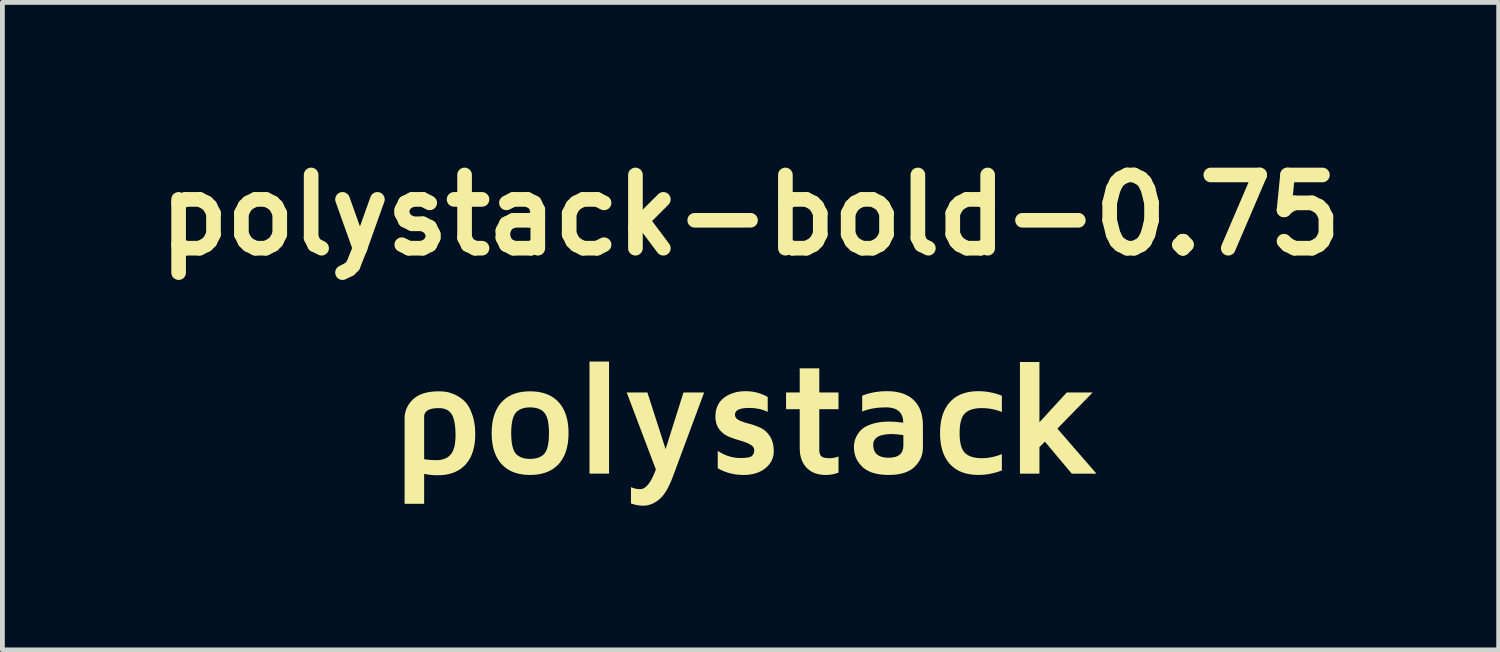
<source format=kicad_pcb>
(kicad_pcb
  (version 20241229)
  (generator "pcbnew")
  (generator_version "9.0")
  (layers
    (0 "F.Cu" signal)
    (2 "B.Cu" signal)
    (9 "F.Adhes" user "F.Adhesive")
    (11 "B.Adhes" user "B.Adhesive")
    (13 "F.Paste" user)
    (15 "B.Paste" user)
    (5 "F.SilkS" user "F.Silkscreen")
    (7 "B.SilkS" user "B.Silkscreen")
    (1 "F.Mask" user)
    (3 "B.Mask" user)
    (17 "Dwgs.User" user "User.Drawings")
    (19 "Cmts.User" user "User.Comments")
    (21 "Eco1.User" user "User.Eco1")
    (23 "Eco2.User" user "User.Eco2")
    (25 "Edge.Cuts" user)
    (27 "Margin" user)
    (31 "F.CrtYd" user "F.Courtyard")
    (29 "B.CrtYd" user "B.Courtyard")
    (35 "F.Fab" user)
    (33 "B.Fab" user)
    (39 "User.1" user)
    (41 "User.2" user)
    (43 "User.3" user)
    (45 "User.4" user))
  (footprint "polystack-bold-0.75"
    (layer "F.Cu")
    (at 12.569 5.974)
    (property "Reference" "polystack-bold-0.75" (at 0 -4.548 0) (layer "F.SilkS") (effects (font (size 1.524 1.524) (thickness 0.305))))
    (attr smd)
    (fp_poly (pts (xy -3.351 0.833) (xy -3.351 -1.5) (xy -2.944 -1.5) (xy -2.944 0.833) (xy -3.351 0.833)) (stroke (width 0) (type solid)) (fill yes) (layer "F.SilkS"))
    (fp_poly (pts (xy 5.607 0.833) (xy 5.607 -1.49) (xy 6.013 -1.49) (xy 6.013 -0.236) (xy 6.582 -0.857) (xy 7.121 -0.857) (xy 6.386 -0.104) (xy 7.199 0.833) (xy 6.685 0.833) (xy 6.126 0.167) (xy 6.013 0.281) (xy 6.013 0.833) (xy 5.607 0.833)) (stroke (width 0) (type solid)) (fill yes) (layer "F.SilkS"))
    (fp_poly (pts (xy 0.74 -0.508) (xy 0.74 -0.857) (xy 1.024 -0.857) (xy 1.024 -1.358) (xy 1.431 -1.358) (xy 1.431 -0.857) (xy 1.831 -0.857) (xy 1.831 -0.508) (xy 1.431 -0.508) (xy 1.431 0.326) (xy 1.432 0.352) (xy 1.434 0.376) (xy 1.438 0.398) (xy 1.442 0.417) (xy 1.449 0.434) (xy 1.456 0.449) (xy 1.465 0.462) (xy 1.476 0.473) (xy 1.487 0.481) (xy 1.5 0.488) (xy 1.514 0.494) (xy 1.531 0.499) (xy 1.549 0.503) (xy 1.568 0.507) (xy 1.59 0.509) (xy 1.613 0.51) (xy 1.638 0.511) (xy 1.66 0.511) (xy 1.681 0.51) (xy 1.701 0.508) (xy 1.721 0.505) (xy 1.741 0.502) (xy 1.76 0.498) (xy 1.779 0.493) (xy 1.797 0.488) (xy 1.814 0.482) (xy 1.831 0.475) (xy 1.831 0.81) (xy 1.813 0.818) (xy 1.794 0.824) (xy 1.775 0.831) (xy 1.756 0.836) (xy 1.737 0.841) (xy 1.717 0.846) (xy 1.697 0.849) (xy 1.677 0.853) (xy 1.656 0.855) (xy 1.636 0.857) (xy 1.615 0.859) (xy 1.593 0.86) (xy 1.572 0.86) (xy 1.564 0.86) (xy 1.541 0.86) (xy 1.519 0.859) (xy 1.497 0.857) (xy 1.476 0.855) (xy 1.455 0.852) (xy 1.434 0.849) (xy 1.414 0.845) (xy 1.395 0.84) (xy 1.376 0.835) (xy 1.357 0.829) (xy 1.339 0.823) (xy 1.321 0.816) (xy 1.304 0.808) (xy 1.287 0.8) (xy 1.271 0.791) (xy 1.255 0.781) (xy 1.239 0.771) (xy 1.224 0.76) (xy 1.21 0.749) (xy 1.195 0.737) (xy 1.182 0.724) (xy 1.168 0.711) (xy 1.156 0.698) (xy 1.144 0.684) (xy 1.133 0.67) (xy 1.123 0.656) (xy 1.113 0.641) (xy 1.103 0.626) (xy 1.094 0.61) (xy 1.086 0.594) (xy 1.078 0.577) (xy 1.07 0.56) (xy 1.064 0.543) (xy 1.057 0.525) (xy 1.052 0.507) (xy 1.046 0.488) (xy 1.042 0.469) (xy 1.038 0.45) (xy 1.034 0.43) (xy 1.031 0.409) (xy 1.029 0.388) (xy 1.027 0.367) (xy 1.026 0.346) (xy 1.025 0.323) (xy 1.024 0.301) (xy 1.024 -0.508) (xy 0.74 -0.508)) (stroke (width 0) (type solid)) (fill yes) (layer "F.SilkS"))
    (fp_poly (pts (xy -2.577 -0.857) (xy -2.146 -0.857) (xy -1.767 0.322) (xy -1.395 -0.857) (xy -0.965 -0.857) (xy -1.608 0.875) (xy -1.618 0.9) (xy -1.627 0.924) (xy -1.636 0.948) (xy -1.646 0.972) (xy -1.656 0.995) (xy -1.665 1.017) (xy -1.675 1.039) (xy -1.685 1.06) (xy -1.695 1.08) (xy -1.704 1.1) (xy -1.714 1.12) (xy -1.724 1.139) (xy -1.734 1.157) (xy -1.744 1.175) (xy -1.755 1.192) (xy -1.765 1.208) (xy -1.775 1.224) (xy -1.785 1.24) (xy -1.796 1.254) (xy -1.806 1.269) (xy -1.817 1.282) (xy -1.827 1.295) (xy -1.838 1.308) (xy -1.848 1.32) (xy -1.859 1.331) (xy -1.87 1.342) (xy -1.881 1.352) (xy -1.892 1.362) (xy -1.903 1.371) (xy -1.92 1.385) (xy -1.938 1.398) (xy -1.956 1.41) (xy -1.974 1.422) (xy -1.992 1.433) (xy -2.01 1.443) (xy -2.028 1.452) (xy -2.046 1.46) (xy -2.064 1.468) (xy -2.082 1.474) (xy -2.101 1.48) (xy -2.119 1.486) (xy -2.138 1.49) (xy -2.156 1.493) (xy -2.175 1.496) (xy -2.194 1.498) (xy -2.213 1.499) (xy -2.232 1.5) (xy -2.251 1.5) (xy -2.27 1.499) (xy -2.29 1.497) (xy -2.309 1.495) (xy -2.329 1.493) (xy -2.349 1.49) (xy -2.368 1.486) (xy -2.388 1.482) (xy -2.408 1.478) (xy -2.428 1.472) (xy -2.448 1.467) (xy -2.468 1.46) (xy -2.488 1.454) (xy -2.488 1.115) (xy -2.468 1.122) (xy -2.449 1.129) (xy -2.43 1.136) (xy -2.41 1.141) (xy -2.391 1.146) (xy -2.372 1.149) (xy -2.353 1.152) (xy -2.334 1.154) (xy -2.315 1.155) (xy -2.296 1.156) (xy -2.284 1.155) (xy -2.272 1.154) (xy -2.26 1.151) (xy -2.248 1.148) (xy -2.236 1.144) (xy -2.225 1.138) (xy -2.213 1.132) (xy -2.201 1.125) (xy -2.19 1.116) (xy -2.178 1.107) (xy -2.167 1.097) (xy -2.155 1.086) (xy -2.144 1.073) (xy -2.133 1.06) (xy -2.121 1.046) (xy -2.11 1.031) (xy -2.099 1.015) (xy -2.088 0.998) (xy -2.077 0.98) (xy -2.066 0.961) (xy -2.055 0.941) (xy -2.044 0.92) (xy -2.034 0.898) (xy -2.023 0.875) (xy -2.012 0.851) (xy -2.002 0.826) (xy -1.991 0.8) (xy -1.981 0.774) (xy -1.97 0.746) (xy -2.577 -0.857)) (stroke (width 0) (type solid)) (fill yes) (layer "F.SilkS"))
    (fp_poly (pts (xy 3.945 -0.01) (xy 3.945 -0.034) (xy 3.945 -0.058) (xy 3.946 -0.081) (xy 3.947 -0.104) (xy 3.949 -0.127) (xy 3.951 -0.149) (xy 3.953 -0.171) (xy 3.956 -0.193) (xy 3.958 -0.215) (xy 3.962 -0.236) (xy 3.965 -0.256) (xy 3.969 -0.277) (xy 3.973 -0.297) (xy 3.978 -0.317) (xy 3.983 -0.336) (xy 3.988 -0.356) (xy 3.994 -0.374) (xy 3.999 -0.393) (xy 4.006 -0.411) (xy 4.012 -0.429) (xy 4.019 -0.446) (xy 4.026 -0.464) (xy 4.034 -0.481) (xy 4.042 -0.497) (xy 4.05 -0.513) (xy 4.059 -0.529) (xy 4.068 -0.545) (xy 4.077 -0.56) (xy 4.087 -0.575) (xy 4.097 -0.59) (xy 4.107 -0.604) (xy 4.118 -0.618) (xy 4.129 -0.632) (xy 4.14 -0.645) (xy 4.151 -0.658) (xy 4.164 -0.672) (xy 4.177 -0.685) (xy 4.191 -0.697) (xy 4.204 -0.709) (xy 4.218 -0.721) (xy 4.233 -0.733) (xy 4.247 -0.743) (xy 4.262 -0.754) (xy 4.278 -0.764) (xy 4.293 -0.774) (xy 4.309 -0.783) (xy 4.325 -0.792) (xy 4.342 -0.8) (xy 4.359 -0.808) (xy 4.376 -0.816) (xy 4.394 -0.823) (xy 4.412 -0.83) (xy 4.43 -0.837) (xy 4.449 -0.843) (xy 4.468 -0.848) (xy 4.487 -0.853) (xy 4.506 -0.858) (xy 4.526 -0.862) (xy 4.547 -0.866) (xy 4.567 -0.87) (xy 4.588 -0.873) (xy 4.609 -0.876) (xy 4.631 -0.878) (xy 4.653 -0.88) (xy 4.675 -0.881) (xy 4.697 -0.882) (xy 4.72 -0.883) (xy 4.743 -0.883) (xy 4.764 -0.883) (xy 4.785 -0.882) (xy 4.805 -0.882) (xy 4.826 -0.88) (xy 4.846 -0.879) (xy 4.867 -0.877) (xy 4.887 -0.875) (xy 4.908 -0.873) (xy 4.928 -0.87) (xy 4.949 -0.867) (xy 4.969 -0.863) (xy 4.989 -0.859) (xy 5.01 -0.855) (xy 5.03 -0.851) (xy 5.05 -0.846) (xy 5.071 -0.841) (xy 5.091 -0.836) (xy 5.111 -0.83) (xy 5.131 -0.824) (xy 5.151 -0.818) (xy 5.171 -0.811) (xy 5.191 -0.804) (xy 5.211 -0.796) (xy 5.231 -0.789) (xy 5.231 -0.45) (xy 5.212 -0.457) (xy 5.193 -0.465) (xy 5.174 -0.471) (xy 5.154 -0.478) (xy 5.135 -0.484) (xy 5.115 -0.489) (xy 5.096 -0.495) (xy 5.076 -0.5) (xy 5.056 -0.504) (xy 5.036 -0.509) (xy 5.016 -0.512) (xy 4.996 -0.516) (xy 4.976 -0.519) (xy 4.956 -0.522) (xy 4.935 -0.524) (xy 4.915 -0.526) (xy 4.894 -0.528) (xy 4.874 -0.529) (xy 4.853 -0.53) (xy 4.832 -0.531) (xy 4.811 -0.531) (xy 4.787 -0.531) (xy 4.764 -0.53) (xy 4.741 -0.528) (xy 4.718 -0.526) (xy 4.697 -0.523) (xy 4.676 -0.52) (xy 4.656 -0.516) (xy 4.636 -0.512) (xy 4.617 -0.507) (xy 4.599 -0.501) (xy 4.581 -0.495) (xy 4.564 -0.488) (xy 4.548 -0.481) (xy 4.532 -0.472) (xy 4.517 -0.464) (xy 4.503 -0.455) (xy 4.489 -0.445) (xy 4.476 -0.434) (xy 4.464 -0.423) (xy 4.454 -0.413) (xy 4.445 -0.402) (xy 4.435 -0.391) (xy 4.427 -0.378) (xy 4.419 -0.365) (xy 4.411 -0.351) (xy 4.404 -0.336) (xy 4.397 -0.32) (xy 4.391 -0.303) (xy 4.385 -0.285) (xy 4.38 -0.267) (xy 4.375 -0.248) (xy 4.37 -0.228) (xy 4.366 -0.207) (xy 4.363 -0.185) (xy 4.36 -0.163) (xy 4.357 -0.139) (xy 4.355 -0.115) (xy 4.354 -0.09) (xy 4.352 -0.064) (xy 4.352 -0.037) (xy 4.352 -0.01) (xy 4.352 0.017) (xy 4.352 0.044) (xy 4.354 0.069) (xy 4.355 0.094) (xy 4.357 0.118) (xy 4.36 0.142) (xy 4.363 0.164) (xy 4.366 0.186) (xy 4.37 0.206) (xy 4.375 0.226) (xy 4.38 0.246) (xy 4.385 0.264) (xy 4.391 0.282) (xy 4.397 0.298) (xy 4.404 0.314) (xy 4.411 0.329) (xy 4.419 0.344) (xy 4.427 0.357) (xy 4.435 0.37) (xy 4.445 0.382) (xy 4.454 0.393) (xy 4.464 0.403) (xy 4.476 0.414) (xy 4.489 0.425) (xy 4.503 0.435) (xy 4.517 0.444) (xy 4.532 0.453) (xy 4.548 0.461) (xy 4.564 0.468) (xy 4.581 0.475) (xy 4.599 0.481) (xy 4.617 0.487) (xy 4.636 0.492) (xy 4.656 0.496) (xy 4.676 0.5) (xy 4.697 0.504) (xy 4.718 0.506) (xy 4.741 0.508) (xy 4.764 0.51) (xy 4.787 0.511) (xy 4.811 0.511) (xy 4.831 0.511) (xy 4.851 0.51) (xy 4.871 0.509) (xy 4.891 0.508) (xy 4.911 0.506) (xy 4.931 0.504) (xy 4.951 0.502) (xy 4.971 0.499) (xy 4.991 0.495) (xy 5.011 0.492) (xy 5.031 0.488) (xy 5.051 0.483) (xy 5.071 0.479) (xy 5.091 0.473) (xy 5.111 0.468) (xy 5.131 0.462) (xy 5.151 0.456) (xy 5.171 0.449) (xy 5.191 0.442) (xy 5.211 0.434) (xy 5.231 0.427) (xy 5.231 0.766) (xy 5.211 0.773) (xy 5.191 0.781) (xy 5.171 0.788) (xy 5.151 0.794) (xy 5.131 0.801) (xy 5.111 0.807) (xy 5.091 0.813) (xy 5.071 0.818) (xy 5.05 0.823) (xy 5.03 0.828) (xy 5.01 0.832) (xy 4.989 0.836) (xy 4.969 0.84) (xy 4.949 0.844) (xy 4.928 0.847) (xy 4.908 0.849) (xy 4.887 0.852) (xy 4.867 0.854) (xy 4.846 0.856) (xy 4.826 0.857) (xy 4.805 0.858) (xy 4.785 0.859) (xy 4.764 0.86) (xy 4.743 0.86) (xy 4.72 0.86) (xy 4.697 0.859) (xy 4.675 0.858) (xy 4.653 0.857) (xy 4.631 0.855) (xy 4.609 0.852) (xy 4.588 0.85) (xy 4.567 0.847) (xy 4.547 0.843) (xy 4.526 0.839) (xy 4.506 0.835) (xy 4.487 0.83) (xy 4.468 0.825) (xy 4.449 0.819) (xy 4.43 0.813) (xy 4.412 0.807) (xy 4.394 0.8) (xy 4.376 0.793) (xy 4.359 0.785) (xy 4.342 0.777) (xy 4.325 0.769) (xy 4.309 0.76) (xy 4.293 0.751) (xy 4.278 0.741) (xy 4.262 0.731) (xy 4.247 0.72) (xy 4.233 0.709) (xy 4.218 0.698) (xy 4.204 0.686) (xy 4.191 0.674) (xy 4.177 0.661) (xy 4.164 0.648) (xy 4.151 0.635) (xy 4.14 0.622) (xy 4.129 0.609) (xy 4.118 0.595) (xy 4.107 0.581) (xy 4.097 0.567) (xy 4.087 0.552) (xy 4.077 0.537) (xy 4.068 0.522) (xy 4.059 0.506) (xy 4.05 0.491) (xy 4.042 0.474) (xy 4.034 0.458) (xy 4.026 0.441) (xy 4.019 0.424) (xy 4.012 0.406) (xy 4.006 0.389) (xy 3.999 0.37) (xy 3.994 0.352) (xy 3.988 0.333) (xy 3.983 0.314) (xy 3.978 0.295) (xy 3.973 0.275) (xy 3.969 0.255) (xy 3.965 0.235) (xy 3.962 0.214) (xy 3.958 0.193) (xy 3.956 0.172) (xy 3.953 0.15) (xy 3.951 0.128) (xy 3.949 0.106) (xy 3.947 0.084) (xy 3.946 0.061) (xy 3.945 0.037) (xy 3.945 0.014) (xy 3.945 -0.01)) (stroke (width 0) (type solid)) (fill yes) (layer "F.SilkS"))
    (fp_poly (pts (xy -7.199 1.46) (xy -6.769 0.536) (xy -6.746 0.539) (xy -6.724 0.541) (xy -6.702 0.544) (xy -6.681 0.546) (xy -6.66 0.547) (xy -6.639 0.549) (xy -6.619 0.55) (xy -6.599 0.551) (xy -6.58 0.552) (xy -6.561 0.552) (xy -6.543 0.552) (xy -6.52 0.552) (xy -6.498 0.551) (xy -6.476 0.549) (xy -6.455 0.546) (xy -6.435 0.543) (xy -6.415 0.538) (xy -6.397 0.533) (xy -6.378 0.527) (xy -6.361 0.52) (xy -6.344 0.513) (xy -6.327 0.505) (xy -6.312 0.496) (xy -6.297 0.486) (xy -6.282 0.475) (xy -6.269 0.464) (xy -6.256 0.451) (xy -6.243 0.438) (xy -6.234 0.427) (xy -6.225 0.416) (xy -6.217 0.403) (xy -6.209 0.39) (xy -6.201 0.377) (xy -6.194 0.362) (xy -6.188 0.347) (xy -6.181 0.331) (xy -6.176 0.314) (xy -6.17 0.297) (xy -6.165 0.279) (xy -6.161 0.26) (xy -6.157 0.24) (xy -6.153 0.22) (xy -6.15 0.199) (xy -6.147 0.177) (xy -6.145 0.155) (xy -6.143 0.132) (xy -6.141 0.108) (xy -6.14 0.083) (xy -6.139 0.058) (xy -6.139 0.032) (xy -6.139 0.005) (xy -6.14 -0.021) (xy -6.141 -0.047) (xy -6.142 -0.071) (xy -6.143 -0.095) (xy -6.145 -0.119) (xy -6.147 -0.141) (xy -6.149 -0.163) (xy -6.152 -0.184) (xy -6.155 -0.205) (xy -6.159 -0.225) (xy -6.162 -0.244) (xy -6.166 -0.263) (xy -6.171 -0.28) (xy -6.175 -0.297) (xy -6.18 -0.314) (xy -6.186 -0.33) (xy -6.191 -0.345) (xy -6.197 -0.359) (xy -6.203 -0.373) (xy -6.21 -0.386) (xy -6.217 -0.398) (xy -6.226 -0.414) (xy -6.237 -0.428) (xy -6.248 -0.441) (xy -6.26 -0.453) (xy -6.273 -0.465) (xy -6.286 -0.475) (xy -6.301 -0.485) (xy -6.316 -0.494) (xy -6.332 -0.501) (xy -6.348 -0.508) (xy -6.366 -0.514) (xy -6.384 -0.519) (xy -6.403 -0.523) (xy -6.423 -0.527) (xy -6.444 -0.529) (xy -6.466 -0.53) (xy -6.488 -0.531) (xy -6.514 -0.53) (xy -6.539 -0.529) (xy -6.562 -0.528) (xy -6.585 -0.525) (xy -6.606 -0.522) (xy -6.626 -0.518) (xy -6.645 -0.514) (xy -6.663 -0.509) (xy -6.68 -0.503) (xy -6.695 -0.496) (xy -6.71 -0.489) (xy -6.723 -0.481) (xy -6.735 -0.473) (xy -6.746 -0.463) (xy -6.756 -0.453) (xy -6.764 -0.443) (xy -6.772 -0.431) (xy -6.778 -0.419) (xy -6.783 -0.407) (xy -6.787 -0.393) (xy -6.79 -0.379) (xy -6.792 -0.364) (xy -6.792 -0.349) (xy -6.792 0.533) (xy -6.792 0.533) (xy -6.769 0.536) (xy -7.199 1.46) (xy -7.199 -0.311) (xy -7.199 -0.331) (xy -7.198 -0.351) (xy -7.196 -0.371) (xy -7.194 -0.39) (xy -7.191 -0.409) (xy -7.187 -0.428) (xy -7.183 -0.447) (xy -7.178 -0.465) (xy -7.173 -0.483) (xy -7.166 -0.501) (xy -7.159 -0.519) (xy -7.152 -0.536) (xy -7.144 -0.553) (xy -7.135 -0.57) (xy -7.125 -0.587) (xy -7.115 -0.603) (xy -7.104 -0.619) (xy -7.093 -0.635) (xy -7.081 -0.651) (xy -7.068 -0.666) (xy -7.054 -0.682) (xy -7.04 -0.696) (xy -7.026 -0.711) (xy -7.013 -0.723) (xy -7 -0.734) (xy -6.987 -0.744) (xy -6.974 -0.754) (xy -6.96 -0.764) (xy -6.945 -0.774) (xy -6.93 -0.783) (xy -6.915 -0.791) (xy -6.899 -0.8) (xy -6.882 -0.807) (xy -6.866 -0.815) (xy -6.848 -0.822) (xy -6.831 -0.828) (xy -6.813 -0.835) (xy -6.794 -0.84) (xy -6.775 -0.846) (xy -6.756 -0.851) (xy -6.736 -0.855) (xy -6.716 -0.86) (xy -6.695 -0.864) (xy -6.674 -0.867) (xy -6.652 -0.87) (xy -6.63 -0.873) (xy -6.607 -0.875) (xy -6.584 -0.877) (xy -6.561 -0.878) (xy -6.537 -0.879) (xy -6.513 -0.88) (xy -6.488 -0.88) (xy -6.467 -0.88) (xy -6.446 -0.879) (xy -6.425 -0.878) (xy -6.404 -0.876) (xy -6.383 -0.875) (xy -6.363 -0.872) (xy -6.342 -0.87) (xy -6.321 -0.866) (xy -6.304 -0.863) (xy -6.286 -0.859) (xy -6.268 -0.855) (xy -6.249 -0.849) (xy -6.23 -0.842) (xy -6.21 -0.835) (xy -6.189 -0.827) (xy -6.168 -0.818) (xy -6.146 -0.808) (xy -6.124 -0.797) (xy -6.105 -0.787) (xy -6.087 -0.777) (xy -6.069 -0.767) (xy -6.052 -0.756) (xy -6.035 -0.744) (xy -6.018 -0.732) (xy -6.002 -0.72) (xy -5.987 -0.707) (xy -5.972 -0.694) (xy -5.957 -0.68) (xy -5.943 -0.666) (xy -5.929 -0.651) (xy -5.918 -0.639) (xy -5.908 -0.626) (xy -5.898 -0.612) (xy -5.887 -0.598) (xy -5.878 -0.583) (xy -5.868 -0.567) (xy -5.858 -0.55) (xy -5.849 -0.532) (xy -5.84 -0.514) (xy -5.831 -0.495) (xy -5.822 -0.475) (xy -5.813 -0.455) (xy -5.805 -0.433) (xy -5.797 -0.411) (xy -5.789 -0.389) (xy -5.783 -0.371) (xy -5.777 -0.354) (xy -5.772 -0.336) (xy -5.767 -0.318) (xy -5.763 -0.299) (xy -5.758 -0.28) (xy -5.754 -0.261) (xy -5.75 -0.242) (xy -5.747 -0.223) (xy -5.744 -0.203) (xy -5.741 -0.183) (xy -5.739 -0.163) (xy -5.736 -0.142) (xy -5.734 -0.121) (xy -5.733 -0.1) (xy -5.731 -0.078) (xy -5.73 -0.057) (xy -5.73 -0.035) (xy -5.729 -0.013) (xy -5.729 0.01) (xy -5.729 0.034) (xy -5.73 0.058) (xy -5.731 0.081) (xy -5.732 0.105) (xy -5.733 0.127) (xy -5.735 0.15) (xy -5.738 0.172) (xy -5.74 0.194) (xy -5.743 0.215) (xy -5.747 0.237) (xy -5.75 0.257) (xy -5.754 0.278) (xy -5.759 0.298) (xy -5.764 0.318) (xy -5.769 0.337) (xy -5.774 0.357) (xy -5.78 0.375) (xy -5.786 0.394) (xy -5.793 0.412) (xy -5.799 0.43) (xy -5.807 0.448) (xy -5.814 0.465) (xy -5.822 0.482) (xy -5.83 0.498) (xy -5.839 0.514) (xy -5.848 0.53) (xy -5.857 0.546) (xy -5.867 0.561) (xy -5.877 0.576) (xy -5.887 0.59) (xy -5.898 0.604) (xy -5.909 0.618) (xy -5.921 0.632) (xy -5.932 0.645) (xy -5.945 0.658) (xy -5.958 0.671) (xy -5.971 0.683) (xy -5.984 0.695) (xy -5.998 0.707) (xy -6.012 0.718) (xy -6.027 0.729) (xy -6.041 0.739) (xy -6.056 0.749) (xy -6.072 0.759) (xy -6.088 0.768) (xy -6.104 0.777) (xy -6.12 0.785) (xy -6.137 0.793) (xy -6.154 0.801) (xy -6.171 0.808) (xy -6.189 0.815) (xy -6.206 0.821) (xy -6.225 0.827) (xy -6.243 0.832) (xy -6.262 0.837) (xy -6.282 0.842) (xy -6.301 0.846) (xy -6.321 0.85) (xy -6.341 0.854) (xy -6.362 0.857) (xy -6.383 0.859) (xy -6.404 0.862) (xy -6.425 0.863) (xy -6.447 0.865) (xy -6.469 0.866) (xy -6.492 0.866) (xy -6.515 0.867) (xy -6.535 0.866) (xy -6.555 0.866) (xy -6.575 0.865) (xy -6.595 0.864) (xy -6.615 0.863) (xy -6.635 0.861) (xy -6.655 0.859) (xy -6.675 0.857) (xy -6.695 0.854) (xy -6.714 0.851) (xy -6.734 0.848) (xy -6.753 0.845) (xy -6.773 0.841) (xy -6.792 0.837) (xy -6.792 1.46) (xy -7.199 1.46) (xy -7.199 1.46)) (stroke (width 0) (type solid)) (fill yes) (layer "F.SilkS"))
    (fp_poly (pts (xy -0.73 -0.356) (xy -0.73 -0.377) (xy -0.729 -0.399) (xy -0.727 -0.42) (xy -0.725 -0.441) (xy -0.722 -0.461) (xy -0.718 -0.48) (xy -0.714 -0.5) (xy -0.708 -0.518) (xy -0.703 -0.537) (xy -0.696 -0.554) (xy -0.689 -0.572) (xy -0.681 -0.589) (xy -0.673 -0.605) (xy -0.664 -0.621) (xy -0.654 -0.637) (xy -0.644 -0.652) (xy -0.633 -0.667) (xy -0.621 -0.681) (xy -0.608 -0.695) (xy -0.595 -0.708) (xy -0.581 -0.721) (xy -0.567 -0.734) (xy -0.551 -0.746) (xy -0.536 -0.757) (xy -0.521 -0.768) (xy -0.505 -0.778) (xy -0.489 -0.788) (xy -0.473 -0.797) (xy -0.456 -0.806) (xy -0.439 -0.814) (xy -0.422 -0.822) (xy -0.404 -0.829) (xy -0.386 -0.836) (xy -0.368 -0.843) (xy -0.349 -0.849) (xy -0.331 -0.854) (xy -0.311 -0.859) (xy -0.292 -0.864) (xy -0.272 -0.868) (xy -0.252 -0.871) (xy -0.232 -0.874) (xy -0.211 -0.877) (xy -0.19 -0.879) (xy -0.169 -0.881) (xy -0.147 -0.882) (xy -0.126 -0.883) (xy -0.103 -0.883) (xy -0.082 -0.883) (xy -0.062 -0.882) (xy -0.041 -0.881) (xy -0.021 -0.88) (xy -0.000416 -0.878) (xy 0.02 -0.876) (xy 0.04 -0.873) (xy 0.06 -0.87) (xy 0.079 -0.866) (xy 0.099 -0.862) (xy 0.118 -0.858) (xy 0.138 -0.853) (xy 0.157 -0.848) (xy 0.176 -0.842) (xy 0.195 -0.836) (xy 0.213 -0.829) (xy 0.232 -0.822) (xy 0.25 -0.815) (xy 0.269 -0.807) (xy 0.287 -0.799) (xy 0.305 -0.791) (xy 0.323 -0.782) (xy 0.34 -0.772) (xy 0.358 -0.762) (xy 0.358 -0.453) (xy 0.341 -0.461) (xy 0.323 -0.468) (xy 0.305 -0.476) (xy 0.287 -0.482) (xy 0.269 -0.489) (xy 0.251 -0.494) (xy 0.232 -0.5) (xy 0.213 -0.505) (xy 0.194 -0.51) (xy 0.174 -0.514) (xy 0.155 -0.518) (xy 0.135 -0.521) (xy 0.115 -0.524) (xy 0.095 -0.527) (xy 0.074 -0.529) (xy 0.053 -0.531) (xy 0.032 -0.532) (xy 0.011 -0.533) (xy -0.011 -0.534) (xy -0.032 -0.534) (xy -0.059 -0.534) (xy -0.085 -0.533) (xy -0.109 -0.531) (xy -0.133 -0.529) (xy -0.154 -0.526) (xy -0.175 -0.523) (xy -0.194 -0.518) (xy -0.212 -0.513) (xy -0.228 -0.508) (xy -0.243 -0.502) (xy -0.257 -0.495) (xy -0.27 -0.488) (xy -0.281 -0.48) (xy -0.291 -0.471) (xy -0.3 -0.462) (xy -0.307 -0.452) (xy -0.313 -0.441) (xy -0.317 -0.43) (xy -0.321 -0.418) (xy -0.323 -0.405) (xy -0.323 -0.392) (xy -0.322 -0.375) (xy -0.318 -0.358) (xy -0.312 -0.343) (xy -0.303 -0.328) (xy -0.291 -0.315) (xy -0.277 -0.302) (xy -0.26 -0.29) (xy -0.241 -0.279) (xy -0.225 -0.272) (xy -0.209 -0.265) (xy -0.193 -0.258) (xy -0.176 -0.252) (xy -0.158 -0.245) (xy -0.14 -0.239) (xy -0.121 -0.232) (xy -0.101 -0.226) (xy -0.081 -0.22) (xy -0.06 -0.214) (xy -0.039 -0.208) (xy -0.019 -0.203) (xy 0.001 -0.198) (xy 0.021 -0.192) (xy 0.04 -0.186) (xy 0.06 -0.18) (xy 0.08 -0.173) (xy 0.099 -0.166) (xy 0.119 -0.158) (xy 0.139 -0.151) (xy 0.158 -0.143) (xy 0.178 -0.134) (xy 0.198 -0.126) (xy 0.214 -0.118) (xy 0.231 -0.11) (xy 0.247 -0.1) (xy 0.263 -0.09) (xy 0.278 -0.08) (xy 0.293 -0.068) (xy 0.308 -0.056) (xy 0.322 -0.043) (xy 0.336 -0.03) (xy 0.349 -0.015) (xy 0.362 -0.000218) (xy 0.375 0.016) (xy 0.387 0.032) (xy 0.399 0.05) (xy 0.409 0.064) (xy 0.418 0.08) (xy 0.426 0.095) (xy 0.434 0.112) (xy 0.442 0.128) (xy 0.448 0.146) (xy 0.455 0.163) (xy 0.46 0.181) (xy 0.465 0.2) (xy 0.469 0.219) (xy 0.473 0.238) (xy 0.476 0.258) (xy 0.479 0.279) (xy 0.481 0.3) (xy 0.483 0.321) (xy 0.483 0.343) (xy 0.484 0.365) (xy 0.483 0.386) (xy 0.482 0.405) (xy 0.48 0.425) (xy 0.477 0.444) (xy 0.474 0.463) (xy 0.47 0.481) (xy 0.464 0.5) (xy 0.458 0.517) (xy 0.452 0.535) (xy 0.444 0.552) (xy 0.436 0.569) (xy 0.427 0.585) (xy 0.417 0.602) (xy 0.407 0.618) (xy 0.395 0.633) (xy 0.383 0.648) (xy 0.37 0.663) (xy 0.356 0.678) (xy 0.342 0.692) (xy 0.326 0.706) (xy 0.31 0.719) (xy 0.296 0.731) (xy 0.281 0.742) (xy 0.265 0.752) (xy 0.25 0.762) (xy 0.234 0.772) (xy 0.217 0.781) (xy 0.2 0.789) (xy 0.183 0.797) (xy 0.165 0.805) (xy 0.147 0.812) (xy 0.129 0.819) (xy 0.11 0.825) (xy 0.091 0.83) (xy 0.071 0.835) (xy 0.051 0.84) (xy 0.031 0.844) (xy 0.01 0.848) (xy -0.011 0.851) (xy -0.033 0.854) (xy -0.055 0.856) (xy -0.077 0.858) (xy -0.1 0.859) (xy -0.123 0.86) (xy -0.146 0.86) (xy -0.167 0.86) (xy -0.188 0.859) (xy -0.208 0.858) (xy -0.229 0.857) (xy -0.249 0.855) (xy -0.269 0.854) (xy -0.289 0.851) (xy -0.309 0.849) (xy -0.329 0.846) (xy -0.348 0.842) (xy -0.368 0.838) (xy -0.387 0.834) (xy -0.407 0.83) (xy -0.426 0.825) (xy -0.445 0.82) (xy -0.464 0.815) (xy -0.483 0.809) (xy -0.501 0.802) (xy -0.52 0.796) (xy -0.538 0.789) (xy -0.557 0.782) (xy -0.575 0.774) (xy -0.593 0.766) (xy -0.611 0.758) (xy -0.629 0.749) (xy -0.647 0.74) (xy -0.665 0.731) (xy -0.682 0.721) (xy -0.682 0.359) (xy -0.664 0.371) (xy -0.646 0.382) (xy -0.628 0.392) (xy -0.61 0.403) (xy -0.592 0.412) (xy -0.573 0.422) (xy -0.555 0.431) (xy -0.536 0.439) (xy -0.517 0.447) (xy -0.499 0.454) (xy -0.48 0.461) (xy -0.461 0.467) (xy -0.441 0.473) (xy -0.422 0.479) (xy -0.403 0.484) (xy -0.384 0.488) (xy -0.364 0.492) (xy -0.344 0.496) (xy -0.325 0.499) (xy -0.305 0.502) (xy -0.285 0.504) (xy -0.265 0.506) (xy -0.245 0.507) (xy -0.225 0.507) (xy -0.204 0.508) (xy -0.176 0.507) (xy -0.149 0.507) (xy -0.124 0.505) (xy -0.101 0.503) (xy -0.079 0.501) (xy -0.06 0.498) (xy -0.041 0.494) (xy -0.025 0.49) (xy -0.01 0.485) (xy 0.003 0.48) (xy 0.014 0.474) (xy 0.024 0.468) (xy 0.036 0.457) (xy 0.047 0.445) (xy 0.056 0.431) (xy 0.064 0.417) (xy 0.069 0.401) (xy 0.074 0.384) (xy 0.076 0.365) (xy 0.077 0.346) (xy 0.076 0.329) (xy 0.073 0.314) (xy 0.068 0.299) (xy 0.06 0.285) (xy 0.051 0.272) (xy 0.039 0.26) (xy 0.026 0.248) (xy 0.01 0.237) (xy -0.007 0.227) (xy -0.023 0.218) (xy -0.039 0.21) (xy -0.055 0.202) (xy -0.072 0.195) (xy -0.09 0.187) (xy -0.108 0.18) (xy -0.127 0.173) (xy -0.147 0.166) (xy -0.167 0.16) (xy -0.188 0.153) (xy -0.209 0.147) (xy -0.229 0.141) (xy -0.248 0.135) (xy -0.268 0.129) (xy -0.288 0.123) (xy -0.307 0.116) (xy -0.327 0.11) (xy -0.347 0.103) (xy -0.366 0.096) (xy -0.386 0.089) (xy -0.406 0.081) (xy -0.426 0.074) (xy -0.446 0.066) (xy -0.464 0.059) (xy -0.481 0.05) (xy -0.498 0.042) (xy -0.515 0.032) (xy -0.531 0.022) (xy -0.547 0.011) (xy -0.563 -0.001) (xy -0.578 -0.013) (xy -0.592 -0.027) (xy -0.607 -0.04) (xy -0.621 -0.055) (xy -0.634 -0.07) (xy -0.647 -0.086) (xy -0.658 -0.101) (xy -0.668 -0.116) (xy -0.677 -0.131) (xy -0.686 -0.147) (xy -0.693 -0.164) (xy -0.7 -0.181) (xy -0.707 -0.198) (xy -0.712 -0.216) (xy -0.717 -0.235) (xy -0.721 -0.254) (xy -0.724 -0.273) (xy -0.727 -0.293) (xy -0.729 -0.313) (xy -0.73 -0.334) (xy -0.73 -0.356)) (stroke (width 0) (type solid)) (fill yes) (layer "F.SilkS"))
    (fp_poly (pts (xy 2.152 0.281) (xy 2.554 0.23) (xy 2.554 0.249) (xy 2.556 0.267) (xy 2.558 0.285) (xy 2.561 0.302) (xy 2.564 0.318) (xy 2.569 0.334) (xy 2.574 0.349) (xy 2.58 0.363) (xy 2.587 0.376) (xy 2.595 0.389) (xy 2.603 0.401) (xy 2.613 0.413) (xy 2.623 0.423) (xy 2.634 0.433) (xy 2.646 0.443) (xy 2.658 0.451) (xy 2.672 0.459) (xy 2.686 0.466) (xy 2.701 0.473) (xy 2.717 0.479) (xy 2.734 0.484) (xy 2.751 0.489) (xy 2.769 0.492) (xy 2.789 0.496) (xy 2.808 0.498) (xy 2.829 0.5) (xy 2.851 0.501) (xy 2.873 0.501) (xy 2.877 0.501) (xy 2.899 0.501) (xy 2.92 0.5) (xy 2.94 0.498) (xy 2.96 0.495) (xy 2.979 0.492) (xy 2.997 0.488) (xy 3.014 0.484) (xy 3.03 0.479) (xy 3.046 0.473) (xy 3.06 0.466) (xy 3.074 0.459) (xy 3.087 0.45) (xy 3.099 0.442) (xy 3.11 0.432) (xy 3.121 0.422) (xy 3.13 0.411) (xy 3.139 0.399) (xy 3.147 0.387) (xy 3.154 0.374) (xy 3.16 0.36) (xy 3.166 0.346) (xy 3.17 0.331) (xy 3.174 0.315) (xy 3.177 0.299) (xy 3.179 0.281) (xy 3.18 0.263) (xy 3.181 0.245) (xy 3.181 0.031) (xy 3.157 0.028) (xy 3.135 0.025) (xy 3.112 0.023) (xy 3.091 0.02) (xy 3.069 0.018) (xy 3.049 0.016) (xy 3.029 0.014) (xy 3.01 0.013) (xy 2.991 0.012) (xy 2.972 0.011) (xy 2.955 0.01) (xy 2.938 0.01) (xy 2.912 0.01) (xy 2.887 0.011) (xy 2.863 0.012) (xy 2.84 0.014) (xy 2.817 0.017) (xy 2.796 0.019) (xy 2.775 0.023) (xy 2.756 0.027) (xy 2.737 0.031) (xy 2.719 0.036) (xy 2.703 0.042) (xy 2.687 0.048) (xy 2.672 0.054) (xy 2.658 0.061) (xy 2.644 0.069) (xy 2.632 0.077) (xy 2.621 0.086) (xy 2.61 0.095) (xy 2.6 0.104) (xy 2.592 0.115) (xy 2.584 0.125) (xy 2.577 0.137) (xy 2.571 0.148) (xy 2.566 0.161) (xy 2.562 0.173) (xy 2.558 0.187) (xy 2.556 0.201) (xy 2.555 0.215) (xy 2.554 0.23) (xy 2.554 0.23) (xy 2.152 0.281) (xy 2.153 0.261) (xy 2.154 0.24) (xy 2.156 0.219) (xy 2.159 0.198) (xy 2.162 0.177) (xy 2.166 0.161) (xy 2.17 0.144) (xy 2.176 0.125) (xy 2.184 0.106) (xy 2.192 0.085) (xy 2.202 0.064) (xy 2.213 0.041) (xy 2.223 0.024) (xy 2.234 0.006) (xy 2.245 -0.01) (xy 2.258 -0.027) (xy 2.27 -0.043) (xy 2.284 -0.058) (xy 2.298 -0.073) (xy 2.313 -0.087) (xy 2.329 -0.101) (xy 2.342 -0.111) (xy 2.355 -0.121) (xy 2.37 -0.13) (xy 2.385 -0.14) (xy 2.402 -0.149) (xy 2.419 -0.158) (xy 2.438 -0.166) (xy 2.457 -0.174) (xy 2.477 -0.182) (xy 2.499 -0.19) (xy 2.521 -0.198) (xy 2.544 -0.205) (xy 2.561 -0.21) (xy 2.578 -0.215) (xy 2.596 -0.219) (xy 2.614 -0.224) (xy 2.632 -0.227) (xy 2.651 -0.231) (xy 2.67 -0.234) (xy 2.689 -0.237) (xy 2.709 -0.24) (xy 2.729 -0.242) (xy 2.75 -0.244) (xy 2.77 -0.246) (xy 2.792 -0.247) (xy 2.813 -0.248) (xy 2.835 -0.249) (xy 2.857 -0.25) (xy 2.88 -0.25) (xy 2.898 -0.25) (xy 2.917 -0.249) (xy 2.936 -0.249) (xy 2.955 -0.248) (xy 2.975 -0.247) (xy 2.994 -0.246) (xy 3.014 -0.245) (xy 3.034 -0.243) (xy 3.054 -0.241) (xy 3.074 -0.239) (xy 3.094 -0.237) (xy 3.115 -0.235) (xy 3.135 -0.232) (xy 3.156 -0.23) (xy 3.177 -0.227) (xy 3.177 -0.246) (xy 3.176 -0.264) (xy 3.175 -0.282) (xy 3.172 -0.299) (xy 3.169 -0.316) (xy 3.166 -0.332) (xy 3.161 -0.348) (xy 3.156 -0.363) (xy 3.151 -0.377) (xy 3.145 -0.391) (xy 3.138 -0.404) (xy 3.13 -0.416) (xy 3.122 -0.428) (xy 3.113 -0.44) (xy 3.103 -0.451) (xy 3.093 -0.461) (xy 3.082 -0.471) (xy 3.071 -0.48) (xy 3.059 -0.488) (xy 3.046 -0.496) (xy 3.032 -0.504) (xy 3.018 -0.51) (xy 3.003 -0.516) (xy 2.988 -0.522) (xy 2.972 -0.527) (xy 2.955 -0.531) (xy 2.937 -0.535) (xy 2.919 -0.538) (xy 2.9 -0.541) (xy 2.881 -0.543) (xy 2.861 -0.545) (xy 2.84 -0.545) (xy 2.819 -0.546) (xy 2.796 -0.546) (xy 2.774 -0.545) (xy 2.751 -0.544) (xy 2.73 -0.544) (xy 2.708 -0.542) (xy 2.686 -0.541) (xy 2.665 -0.539) (xy 2.644 -0.537) (xy 2.623 -0.535) (xy 2.603 -0.532) (xy 2.583 -0.529) (xy 2.563 -0.526) (xy 2.543 -0.522) (xy 2.523 -0.519) (xy 2.504 -0.515) (xy 2.485 -0.51) (xy 2.466 -0.506) (xy 2.448 -0.501) (xy 2.429 -0.496) (xy 2.411 -0.491) (xy 2.393 -0.485) (xy 2.376 -0.479) (xy 2.358 -0.473) (xy 2.341 -0.466) (xy 2.324 -0.46) (xy 2.324 -0.789) (xy 2.342 -0.796) (xy 2.36 -0.803) (xy 2.379 -0.809) (xy 2.397 -0.816) (xy 2.416 -0.822) (xy 2.435 -0.827) (xy 2.453 -0.833) (xy 2.473 -0.838) (xy 2.492 -0.843) (xy 2.511 -0.847) (xy 2.531 -0.852) (xy 2.55 -0.856) (xy 2.57 -0.859) (xy 2.59 -0.863) (xy 2.61 -0.866) (xy 2.631 -0.869) (xy 2.651 -0.872) (xy 2.672 -0.874) (xy 2.692 -0.876) (xy 2.713 -0.878) (xy 2.734 -0.88) (xy 2.755 -0.881) (xy 2.777 -0.882) (xy 2.798 -0.882) (xy 2.82 -0.883) (xy 2.842 -0.883) (xy 2.866 -0.883) (xy 2.889 -0.882) (xy 2.913 -0.881) (xy 2.935 -0.88) (xy 2.958 -0.878) (xy 2.98 -0.876) (xy 3.002 -0.873) (xy 3.023 -0.87) (xy 3.044 -0.866) (xy 3.064 -0.862) (xy 3.084 -0.858) (xy 3.104 -0.853) (xy 3.124 -0.848) (xy 3.143 -0.843) (xy 3.161 -0.837) (xy 3.18 -0.83) (xy 3.198 -0.824) (xy 3.215 -0.816) (xy 3.232 -0.809) (xy 3.249 -0.801) (xy 3.265 -0.792) (xy 3.281 -0.783) (xy 3.297 -0.774) (xy 3.312 -0.765) (xy 3.327 -0.754) (xy 3.342 -0.744) (xy 3.356 -0.733) (xy 3.369 -0.722) (xy 3.383 -0.71) (xy 3.396 -0.698) (xy 3.408 -0.685) (xy 3.42 -0.673) (xy 3.432 -0.659) (xy 3.444 -0.646) (xy 3.454 -0.632) (xy 3.465 -0.618) (xy 3.475 -0.603) (xy 3.484 -0.588) (xy 3.494 -0.573) (xy 3.502 -0.557) (xy 3.511 -0.541) (xy 3.519 -0.525) (xy 3.526 -0.508) (xy 3.533 -0.491) (xy 3.54 -0.473) (xy 3.546 -0.455) (xy 3.552 -0.437) (xy 3.557 -0.418) (xy 3.562 -0.399) (xy 3.566 -0.38) (xy 3.57 -0.36) (xy 3.574 -0.34) (xy 3.577 -0.319) (xy 3.58 -0.298) (xy 3.582 -0.277) (xy 3.584 -0.255) (xy 3.586 -0.234) (xy 3.587 -0.211) (xy 3.587 -0.188) (xy 3.588 -0.165) (xy 3.588 0.291) (xy 3.587 0.311) (xy 3.586 0.331) (xy 3.585 0.351) (xy 3.582 0.37) (xy 3.579 0.389) (xy 3.576 0.408) (xy 3.571 0.427) (xy 3.566 0.445) (xy 3.561 0.464) (xy 3.554 0.482) (xy 3.547 0.499) (xy 3.54 0.517) (xy 3.532 0.534) (xy 3.523 0.551) (xy 3.513 0.568) (xy 3.503 0.584) (xy 3.492 0.6) (xy 3.48 0.616) (xy 3.468 0.632) (xy 3.455 0.648) (xy 3.441 0.663) (xy 3.427 0.678) (xy 3.412 0.693) (xy 3.4 0.704) (xy 3.387 0.715) (xy 3.374 0.726) (xy 3.361 0.736) (xy 3.347 0.746) (xy 3.332 0.755) (xy 3.317 0.764) (xy 3.302 0.772) (xy 3.286 0.78) (xy 3.27 0.788) (xy 3.253 0.796) (xy 3.236 0.802) (xy 3.219 0.809) (xy 3.201 0.815) (xy 3.182 0.821) (xy 3.163 0.826) (xy 3.144 0.831) (xy 3.124 0.836) (xy 3.104 0.84) (xy 3.083 0.844) (xy 3.062 0.847) (xy 3.04 0.85) (xy 3.018 0.853) (xy 2.996 0.855) (xy 2.973 0.857) (xy 2.949 0.858) (xy 2.926 0.859) (xy 2.901 0.86) (xy 2.877 0.86) (xy 2.852 0.86) (xy 2.828 0.859) (xy 2.804 0.858) (xy 2.781 0.857) (xy 2.758 0.855) (xy 2.735 0.853) (xy 2.714 0.851) (xy 2.692 0.848) (xy 2.671 0.845) (xy 2.65 0.841) (xy 2.63 0.837) (xy 2.61 0.833) (xy 2.591 0.828) (xy 2.572 0.823) (xy 2.553 0.818) (xy 2.535 0.812) (xy 2.517 0.806) (xy 2.5 0.799) (xy 2.483 0.792) (xy 2.467 0.785) (xy 2.451 0.777) (xy 2.436 0.769) (xy 2.421 0.761) (xy 2.406 0.752) (xy 2.392 0.743) (xy 2.378 0.733) (xy 2.365 0.723) (xy 2.352 0.713) (xy 2.34 0.702) (xy 2.328 0.691) (xy 2.313 0.676) (xy 2.298 0.661) (xy 2.285 0.646) (xy 2.272 0.63) (xy 2.26 0.614) (xy 2.248 0.598) (xy 2.237 0.582) (xy 2.227 0.565) (xy 2.217 0.548) (xy 2.208 0.531) (xy 2.2 0.513) (xy 2.192 0.495) (xy 2.185 0.477) (xy 2.179 0.459) (xy 2.173 0.44) (xy 2.168 0.421) (xy 2.164 0.402) (xy 2.161 0.383) (xy 2.158 0.363) (xy 2.155 0.343) (xy 2.154 0.323) (xy 2.153 0.302) (xy 2.152 0.281) (xy 2.152 0.281)) (stroke (width 0) (type solid)) (fill yes) (layer "F.SilkS"))
    (fp_poly (pts (xy -5.18 0.635) (xy -4.951 -0.292) (xy -4.956 -0.273) (xy -4.96 -0.253) (xy -4.964 -0.232) (xy -4.967 -0.211) (xy -4.97 -0.189) (xy -4.973 -0.165) (xy -4.975 -0.141) (xy -4.977 -0.116) (xy -4.978 -0.091) (xy -4.979 -0.064) (xy -4.98 -0.037) (xy -4.98 -0.008) (xy -4.98 0.02) (xy -4.979 0.047) (xy -4.978 0.074) (xy -4.977 0.099) (xy -4.975 0.124) (xy -4.973 0.148) (xy -4.97 0.171) (xy -4.967 0.193) (xy -4.964 0.215) (xy -4.96 0.235) (xy -4.956 0.255) (xy -4.951 0.274) (xy -4.946 0.292) (xy -4.941 0.309) (xy -4.935 0.326) (xy -4.929 0.341) (xy -4.923 0.356) (xy -4.916 0.37) (xy -4.908 0.383) (xy -4.901 0.395) (xy -4.893 0.406) (xy -4.884 0.417) (xy -4.872 0.429) (xy -4.86 0.441) (xy -4.846 0.452) (xy -4.832 0.462) (xy -4.818 0.471) (xy -4.802 0.48) (xy -4.786 0.488) (xy -4.77 0.495) (xy -4.752 0.502) (xy -4.734 0.507) (xy -4.715 0.512) (xy -4.695 0.516) (xy -4.675 0.52) (xy -4.654 0.522) (xy -4.632 0.524) (xy -4.61 0.525) (xy -4.586 0.526) (xy -4.563 0.525) (xy -4.541 0.524) (xy -4.519 0.522) (xy -4.498 0.52) (xy -4.478 0.516) (xy -4.458 0.512) (xy -4.439 0.507) (xy -4.421 0.502) (xy -4.404 0.495) (xy -4.387 0.488) (xy -4.371 0.48) (xy -4.356 0.471) (xy -4.341 0.462) (xy -4.327 0.452) (xy -4.314 0.441) (xy -4.302 0.429) (xy -4.29 0.417) (xy -4.282 0.406) (xy -4.274 0.395) (xy -4.266 0.383) (xy -4.259 0.37) (xy -4.252 0.356) (xy -4.245 0.341) (xy -4.239 0.326) (xy -4.233 0.309) (xy -4.228 0.292) (xy -4.223 0.274) (xy -4.218 0.255) (xy -4.214 0.235) (xy -4.211 0.215) (xy -4.207 0.193) (xy -4.204 0.171) (xy -4.202 0.148) (xy -4.199 0.124) (xy -4.198 0.099) (xy -4.196 0.074) (xy -4.195 0.047) (xy -4.195 0.02) (xy -4.194 -0.008) (xy -4.195 -0.037) (xy -4.195 -0.064) (xy -4.196 -0.091) (xy -4.198 -0.116) (xy -4.199 -0.141) (xy -4.202 -0.165) (xy -4.204 -0.189) (xy -4.207 -0.211) (xy -4.211 -0.232) (xy -4.214 -0.253) (xy -4.218 -0.273) (xy -4.223 -0.292) (xy -4.228 -0.31) (xy -4.233 -0.327) (xy -4.239 -0.344) (xy -4.245 -0.359) (xy -4.252 -0.374) (xy -4.259 -0.388) (xy -4.266 -0.401) (xy -4.274 -0.413) (xy -4.282 -0.424) (xy -4.29 -0.435) (xy -4.302 -0.448) (xy -4.314 -0.459) (xy -4.327 -0.471) (xy -4.341 -0.481) (xy -4.356 -0.491) (xy -4.371 -0.499) (xy -4.387 -0.507) (xy -4.404 -0.515) (xy -4.421 -0.521) (xy -4.439 -0.527) (xy -4.458 -0.532) (xy -4.478 -0.536) (xy -4.498 -0.54) (xy -4.519 -0.542) (xy -4.541 -0.544) (xy -4.563 -0.545) (xy -4.586 -0.546) (xy -4.61 -0.545) (xy -4.632 -0.544) (xy -4.654 -0.542) (xy -4.675 -0.54) (xy -4.695 -0.536) (xy -4.715 -0.532) (xy -4.734 -0.527) (xy -4.752 -0.521) (xy -4.77 -0.515) (xy -4.786 -0.507) (xy -4.802 -0.499) (xy -4.818 -0.491) (xy -4.832 -0.481) (xy -4.846 -0.471) (xy -4.86 -0.459) (xy -4.872 -0.448) (xy -4.884 -0.435) (xy -4.893 -0.424) (xy -4.901 -0.413) (xy -4.908 -0.401) (xy -4.916 -0.388) (xy -4.923 -0.374) (xy -4.929 -0.359) (xy -4.935 -0.344) (xy -4.941 -0.327) (xy -4.946 -0.31) (xy -4.951 -0.292) (xy -5.18 0.635) (xy -5.192 0.622) (xy -5.203 0.609) (xy -5.214 0.595) (xy -5.225 0.581) (xy -5.235 0.567) (xy -5.245 0.552) (xy -5.254 0.537) (xy -5.264 0.522) (xy -5.273 0.506) (xy -5.281 0.491) (xy -5.29 0.474) (xy -5.297 0.458) (xy -5.305 0.441) (xy -5.312 0.424) (xy -5.319 0.406) (xy -5.326 0.389) (xy -5.332 0.37) (xy -5.338 0.352) (xy -5.344 0.333) (xy -5.349 0.314) (xy -5.354 0.295) (xy -5.358 0.275) (xy -5.362 0.255) (xy -5.366 0.235) (xy -5.37 0.214) (xy -5.373 0.193) (xy -5.376 0.172) (xy -5.378 0.15) (xy -5.381 0.128) (xy -5.383 0.106) (xy -5.384 0.084) (xy -5.385 0.061) (xy -5.386 0.037) (xy -5.387 0.014) (xy -5.387 -0.01) (xy -5.387 -0.034) (xy -5.386 -0.057) (xy -5.385 -0.08) (xy -5.384 -0.103) (xy -5.383 -0.126) (xy -5.381 -0.148) (xy -5.378 -0.17) (xy -5.376 -0.192) (xy -5.373 -0.213) (xy -5.37 -0.234) (xy -5.366 -0.255) (xy -5.362 -0.275) (xy -5.358 -0.295) (xy -5.354 -0.315) (xy -5.349 -0.334) (xy -5.344 -0.353) (xy -5.338 -0.372) (xy -5.332 -0.39) (xy -5.326 -0.408) (xy -5.319 -0.426) (xy -5.312 -0.444) (xy -5.305 -0.461) (xy -5.297 -0.478) (xy -5.29 -0.494) (xy -5.281 -0.51) (xy -5.273 -0.526) (xy -5.264 -0.542) (xy -5.254 -0.557) (xy -5.245 -0.572) (xy -5.235 -0.587) (xy -5.225 -0.601) (xy -5.214 -0.615) (xy -5.203 -0.629) (xy -5.192 -0.642) (xy -5.18 -0.655) (xy -5.167 -0.668) (xy -5.154 -0.681) (xy -5.141 -0.694) (xy -5.127 -0.706) (xy -5.113 -0.718) (xy -5.099 -0.729) (xy -5.084 -0.74) (xy -5.069 -0.751) (xy -5.054 -0.761) (xy -5.038 -0.771) (xy -5.022 -0.78) (xy -5.006 -0.789) (xy -4.989 -0.797) (xy -4.973 -0.805) (xy -4.955 -0.813) (xy -4.938 -0.82) (xy -4.92 -0.827) (xy -4.901 -0.833) (xy -4.883 -0.839) (xy -4.864 -0.845) (xy -4.845 -0.85) (xy -4.825 -0.855) (xy -4.805 -0.859) (xy -4.785 -0.863) (xy -4.764 -0.867) (xy -4.743 -0.87) (xy -4.722 -0.872) (xy -4.701 -0.875) (xy -4.679 -0.876) (xy -4.657 -0.878) (xy -4.634 -0.879) (xy -4.611 -0.88) (xy -4.588 -0.88) (xy -4.565 -0.88) (xy -4.542 -0.879) (xy -4.519 -0.878) (xy -4.497 -0.876) (xy -4.475 -0.875) (xy -4.453 -0.872) (xy -4.432 -0.87) (xy -4.411 -0.867) (xy -4.39 -0.863) (xy -4.37 -0.859) (xy -4.35 -0.855) (xy -4.33 -0.85) (xy -4.311 -0.845) (xy -4.292 -0.839) (xy -4.274 -0.833) (xy -4.255 -0.827) (xy -4.237 -0.82) (xy -4.22 -0.813) (xy -4.202 -0.805) (xy -4.185 -0.797) (xy -4.169 -0.789) (xy -4.152 -0.78) (xy -4.136 -0.771) (xy -4.121 -0.761) (xy -4.105 -0.751) (xy -4.09 -0.74) (xy -4.076 -0.729) (xy -4.061 -0.718) (xy -4.047 -0.706) (xy -4.033 -0.694) (xy -4.02 -0.681) (xy -4.007 -0.668) (xy -3.994 -0.655) (xy -3.983 -0.642) (xy -3.971 -0.629) (xy -3.96 -0.615) (xy -3.95 -0.601) (xy -3.94 -0.587) (xy -3.93 -0.572) (xy -3.92 -0.557) (xy -3.911 -0.542) (xy -3.902 -0.526) (xy -3.893 -0.51) (xy -3.885 -0.494) (xy -3.877 -0.478) (xy -3.869 -0.461) (xy -3.862 -0.444) (xy -3.855 -0.426) (xy -3.849 -0.408) (xy -3.842 -0.39) (xy -3.836 -0.372) (xy -3.831 -0.353) (xy -3.826 -0.334) (xy -3.821 -0.315) (xy -3.816 -0.295) (xy -3.812 -0.275) (xy -3.808 -0.255) (xy -3.805 -0.234) (xy -3.801 -0.213) (xy -3.798 -0.192) (xy -3.796 -0.17) (xy -3.794 -0.148) (xy -3.792 -0.126) (xy -3.79 -0.103) (xy -3.789 -0.08) (xy -3.788 -0.057) (xy -3.788 -0.034) (xy -3.788 -0.01) (xy -3.788 0.014) (xy -3.788 0.037) (xy -3.789 0.061) (xy -3.79 0.084) (xy -3.792 0.106) (xy -3.794 0.128) (xy -3.796 0.15) (xy -3.798 0.172) (xy -3.801 0.193) (xy -3.805 0.214) (xy -3.808 0.235) (xy -3.812 0.255) (xy -3.816 0.275) (xy -3.821 0.295) (xy -3.826 0.314) (xy -3.831 0.333) (xy -3.836 0.352) (xy -3.842 0.37) (xy -3.849 0.389) (xy -3.855 0.406) (xy -3.862 0.424) (xy -3.869 0.441) (xy -3.877 0.458) (xy -3.885 0.474) (xy -3.893 0.491) (xy -3.902 0.506) (xy -3.911 0.522) (xy -3.92 0.537) (xy -3.93 0.552) (xy -3.94 0.567) (xy -3.95 0.581) (xy -3.96 0.595) (xy -3.971 0.609) (xy -3.983 0.622) (xy -3.994 0.635) (xy -4.007 0.648) (xy -4.02 0.661) (xy -4.033 0.674) (xy -4.047 0.686) (xy -4.061 0.698) (xy -4.076 0.709) (xy -4.09 0.72) (xy -4.105 0.731) (xy -4.121 0.741) (xy -4.136 0.751) (xy -4.152 0.76) (xy -4.169 0.769) (xy -4.185 0.777) (xy -4.202 0.785) (xy -4.22 0.793) (xy -4.237 0.8) (xy -4.255 0.807) (xy -4.274 0.813) (xy -4.292 0.819) (xy -4.311 0.825) (xy -4.33 0.83) (xy -4.35 0.835) (xy -4.37 0.839) (xy -4.39 0.843) (xy -4.411 0.847) (xy -4.432 0.85) (xy -4.453 0.852) (xy -4.475 0.855) (xy -4.497 0.857) (xy -4.519 0.858) (xy -4.542 0.859) (xy -4.565 0.86) (xy -4.588 0.86) (xy -4.611 0.86) (xy -4.634 0.859) (xy -4.657 0.858) (xy -4.679 0.857) (xy -4.701 0.855) (xy -4.722 0.852) (xy -4.743 0.85) (xy -4.764 0.847) (xy -4.785 0.843) (xy -4.805 0.839) (xy -4.825 0.835) (xy -4.845 0.83) (xy -4.864 0.825) (xy -4.883 0.819) (xy -4.901 0.813) (xy -4.92 0.807) (xy -4.938 0.8) (xy -4.955 0.793) (xy -4.973 0.785) (xy -4.989 0.777) (xy -5.006 0.769) (xy -5.022 0.76) (xy -5.038 0.751) (xy -5.054 0.741) (xy -5.069 0.731) (xy -5.084 0.72) (xy -5.099 0.709) (xy -5.113 0.698) (xy -5.127 0.686) (xy -5.141 0.674) (xy -5.154 0.661) (xy -5.167 0.648) (xy -5.18 0.635)) (stroke (width 0) (type solid)) (fill yes) (layer "F.SilkS")))
  (gr_rect
    (start -3 -3)
    (end 28.139 10.474)
    (stroke (width 0.1) (type default))
    (fill no)
    (layer "Edge.Cuts")))
</source>
